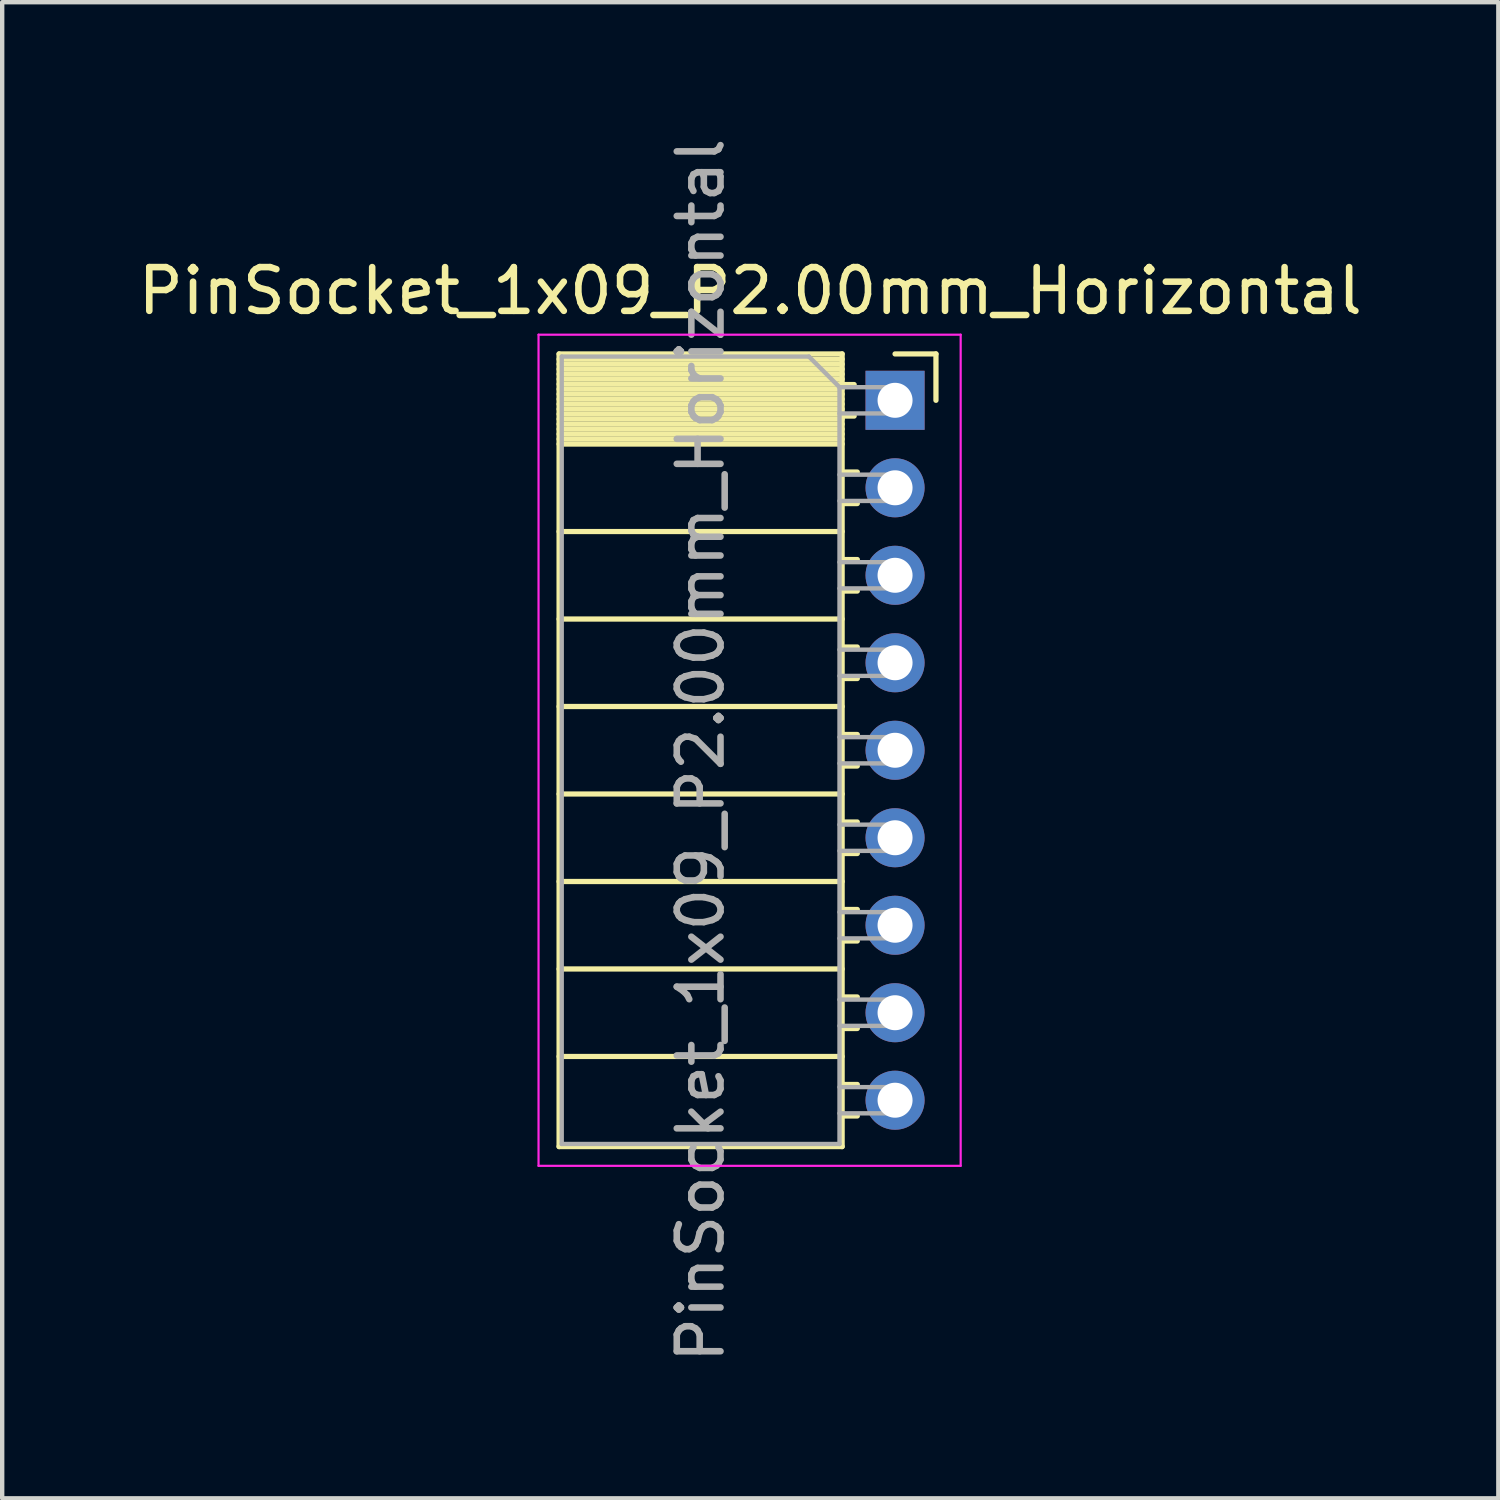
<source format=kicad_pcb>
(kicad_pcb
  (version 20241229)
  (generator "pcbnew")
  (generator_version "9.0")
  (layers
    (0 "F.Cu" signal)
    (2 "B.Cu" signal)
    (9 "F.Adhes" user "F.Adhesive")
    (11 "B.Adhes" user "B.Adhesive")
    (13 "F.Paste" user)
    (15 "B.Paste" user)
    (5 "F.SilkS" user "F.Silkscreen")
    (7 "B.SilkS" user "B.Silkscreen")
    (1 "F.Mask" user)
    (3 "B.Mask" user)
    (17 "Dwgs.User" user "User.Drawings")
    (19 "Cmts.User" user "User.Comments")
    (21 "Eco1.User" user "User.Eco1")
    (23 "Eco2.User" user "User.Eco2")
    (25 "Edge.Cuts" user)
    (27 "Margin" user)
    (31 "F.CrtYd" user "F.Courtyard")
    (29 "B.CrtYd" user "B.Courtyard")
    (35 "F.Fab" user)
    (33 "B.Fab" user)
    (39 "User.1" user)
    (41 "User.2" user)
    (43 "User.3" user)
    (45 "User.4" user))
  (footprint "PinSocket_1x09_P2.00mm_Horizontal"
    (layer "F.Cu")
    (at 17.411 6.101)
    (property "Reference" "PinSocket_1x09_P2.00mm_Horizontal" (at -3.31 -2.5 0) (layer "F.SilkS") (effects (font (size 1 1) (thickness 0.15))))
    (attr through_hole)
    (fp_line (start -7.68 -1.06) (end -7.68 17.06) (stroke (width 0.12) (type solid)) (layer "F.SilkS"))
    (fp_line (start -7.68 -1.06) (end -1.21 -1.06) (stroke (width 0.12) (type solid)) (layer "F.SilkS"))
    (fp_line (start -7.68 -0.94) (end -1.21 -0.94) (stroke (width 0.12) (type solid)) (layer "F.SilkS"))
    (fp_line (start -7.68 -0.826) (end -1.21 -0.826) (stroke (width 0.12) (type solid)) (layer "F.SilkS"))
    (fp_line (start -7.68 -0.712) (end -1.21 -0.712) (stroke (width 0.12) (type solid)) (layer "F.SilkS"))
    (fp_line (start -7.68 -0.598) (end -1.21 -0.598) (stroke (width 0.12) (type solid)) (layer "F.SilkS"))
    (fp_line (start -7.68 -0.484) (end -1.21 -0.484) (stroke (width 0.12) (type solid)) (layer "F.SilkS"))
    (fp_line (start -7.68 -0.369) (end -1.21 -0.369) (stroke (width 0.12) (type solid)) (layer "F.SilkS"))
    (fp_line (start -7.68 -0.255) (end -1.21 -0.255) (stroke (width 0.12) (type solid)) (layer "F.SilkS"))
    (fp_line (start -7.68 -0.141) (end -1.21 -0.141) (stroke (width 0.12) (type solid)) (layer "F.SilkS"))
    (fp_line (start -7.68 -0.027) (end -1.21 -0.027) (stroke (width 0.12) (type solid)) (layer "F.SilkS"))
    (fp_line (start -7.68 0.087) (end -1.21 0.087) (stroke (width 0.12) (type solid)) (layer "F.SilkS"))
    (fp_line (start -7.68 0.201) (end -1.21 0.201) (stroke (width 0.12) (type solid)) (layer "F.SilkS"))
    (fp_line (start -7.68 0.315) (end -1.21 0.315) (stroke (width 0.12) (type solid)) (layer "F.SilkS"))
    (fp_line (start -7.68 0.429) (end -1.21 0.429) (stroke (width 0.12) (type solid)) (layer "F.SilkS"))
    (fp_line (start -7.68 0.544) (end -1.21 0.544) (stroke (width 0.12) (type solid)) (layer "F.SilkS"))
    (fp_line (start -7.68 0.658) (end -1.21 0.658) (stroke (width 0.12) (type solid)) (layer "F.SilkS"))
    (fp_line (start -7.68 0.772) (end -1.21 0.772) (stroke (width 0.12) (type solid)) (layer "F.SilkS"))
    (fp_line (start -7.68 0.886) (end -1.21 0.886) (stroke (width 0.12) (type solid)) (layer "F.SilkS"))
    (fp_line (start -7.68 1) (end -1.21 1) (stroke (width 0.12) (type solid)) (layer "F.SilkS"))
    (fp_line (start -7.68 3) (end -1.21 3) (stroke (width 0.12) (type solid)) (layer "F.SilkS"))
    (fp_line (start -7.68 5) (end -1.21 5) (stroke (width 0.12) (type solid)) (layer "F.SilkS"))
    (fp_line (start -7.68 7) (end -1.21 7) (stroke (width 0.12) (type solid)) (layer "F.SilkS"))
    (fp_line (start -7.68 9) (end -1.21 9) (stroke (width 0.12) (type solid)) (layer "F.SilkS"))
    (fp_line (start -7.68 11) (end -1.21 11) (stroke (width 0.12) (type solid)) (layer "F.SilkS"))
    (fp_line (start -7.68 13) (end -1.21 13) (stroke (width 0.12) (type solid)) (layer "F.SilkS"))
    (fp_line (start -7.68 15) (end -1.21 15) (stroke (width 0.12) (type solid)) (layer "F.SilkS"))
    (fp_line (start -7.68 17.06) (end -1.21 17.06) (stroke (width 0.12) (type solid)) (layer "F.SilkS"))
    (fp_line (start -1.21 -1.06) (end -1.21 17.06) (stroke (width 0.12) (type solid)) (layer "F.SilkS"))
    (fp_line (start -1.21 -0.36) (end -0.935 -0.36) (stroke (width 0.12) (type solid)) (layer "F.SilkS"))
    (fp_line (start -1.21 0.36) (end -0.935 0.36) (stroke (width 0.12) (type solid)) (layer "F.SilkS"))
    (fp_line (start -1.21 1.64) (end -0.863 1.64) (stroke (width 0.12) (type solid)) (layer "F.SilkS"))
    (fp_line (start -1.21 2.36) (end -0.863 2.36) (stroke (width 0.12) (type solid)) (layer "F.SilkS"))
    (fp_line (start -1.21 3.64) (end -0.863 3.64) (stroke (width 0.12) (type solid)) (layer "F.SilkS"))
    (fp_line (start -1.21 4.36) (end -0.863 4.36) (stroke (width 0.12) (type solid)) (layer "F.SilkS"))
    (fp_line (start -1.21 5.64) (end -0.863 5.64) (stroke (width 0.12) (type solid)) (layer "F.SilkS"))
    (fp_line (start -1.21 6.36) (end -0.863 6.36) (stroke (width 0.12) (type solid)) (layer "F.SilkS"))
    (fp_line (start -1.21 7.64) (end -0.863 7.64) (stroke (width 0.12) (type solid)) (layer "F.SilkS"))
    (fp_line (start -1.21 8.36) (end -0.863 8.36) (stroke (width 0.12) (type solid)) (layer "F.SilkS"))
    (fp_line (start -1.21 9.64) (end -0.863 9.64) (stroke (width 0.12) (type solid)) (layer "F.SilkS"))
    (fp_line (start -1.21 10.36) (end -0.863 10.36) (stroke (width 0.12) (type solid)) (layer "F.SilkS"))
    (fp_line (start -1.21 11.64) (end -0.863 11.64) (stroke (width 0.12) (type solid)) (layer "F.SilkS"))
    (fp_line (start -1.21 12.36) (end -0.863 12.36) (stroke (width 0.12) (type solid)) (layer "F.SilkS"))
    (fp_line (start -1.21 13.64) (end -0.863 13.64) (stroke (width 0.12) (type solid)) (layer "F.SilkS"))
    (fp_line (start -1.21 14.36) (end -0.863 14.36) (stroke (width 0.12) (type solid)) (layer "F.SilkS"))
    (fp_line (start -1.21 15.64) (end -0.863 15.64) (stroke (width 0.12) (type solid)) (layer "F.SilkS"))
    (fp_line (start -1.21 16.36) (end -0.863 16.36) (stroke (width 0.12) (type solid)) (layer "F.SilkS"))
    (fp_line (start 0 -1.06) (end 0.935 -1.06) (stroke (width 0.12) (type solid)) (layer "F.SilkS"))
    (fp_line (start 0.935 -1.06) (end 0.935 0) (stroke (width 0.12) (type solid)) (layer "F.SilkS"))
    (fp_line (start -8.15 -1.5) (end -8.15 17.5) (stroke (width 0.05) (type solid)) (layer "F.CrtYd"))
    (fp_line (start -8.15 17.5) (end 1.5 17.5) (stroke (width 0.05) (type solid)) (layer "F.CrtYd"))
    (fp_line (start 1.5 -1.5) (end -8.15 -1.5) (stroke (width 0.05) (type solid)) (layer "F.CrtYd"))
    (fp_line (start 1.5 17.5) (end 1.5 -1.5) (stroke (width 0.05) (type solid)) (layer "F.CrtYd"))
    (fp_line (start -7.62 -1) (end -1.97 -1) (stroke (width 0.1) (type solid)) (layer "F.Fab"))
    (fp_line (start -7.62 17) (end -7.62 -1) (stroke (width 0.1) (type solid)) (layer "F.Fab"))
    (fp_line (start -1.97 -1) (end -1.27 -0.3) (stroke (width 0.1) (type solid)) (layer "F.Fab"))
    (fp_line (start -1.27 -0.3) (end -1.27 17) (stroke (width 0.1) (type solid)) (layer "F.Fab"))
    (fp_line (start -1.27 0.3) (end 0 0.3) (stroke (width 0.1) (type solid)) (layer "F.Fab"))
    (fp_line (start -1.27 2.3) (end 0 2.3) (stroke (width 0.1) (type solid)) (layer "F.Fab"))
    (fp_line (start -1.27 4.3) (end 0 4.3) (stroke (width 0.1) (type solid)) (layer "F.Fab"))
    (fp_line (start -1.27 6.3) (end 0 6.3) (stroke (width 0.1) (type solid)) (layer "F.Fab"))
    (fp_line (start -1.27 8.3) (end 0 8.3) (stroke (width 0.1) (type solid)) (layer "F.Fab"))
    (fp_line (start -1.27 10.3) (end 0 10.3) (stroke (width 0.1) (type solid)) (layer "F.Fab"))
    (fp_line (start -1.27 12.3) (end 0 12.3) (stroke (width 0.1) (type solid)) (layer "F.Fab"))
    (fp_line (start -1.27 14.3) (end 0 14.3) (stroke (width 0.1) (type solid)) (layer "F.Fab"))
    (fp_line (start -1.27 16.3) (end 0 16.3) (stroke (width 0.1) (type solid)) (layer "F.Fab"))
    (fp_line (start -1.27 17) (end -7.62 17) (stroke (width 0.1) (type solid)) (layer "F.Fab"))
    (fp_line (start 0 -0.3) (end -1.27 -0.3) (stroke (width 0.1) (type solid)) (layer "F.Fab"))
    (fp_line (start 0 0.3) (end 0 -0.3) (stroke (width 0.1) (type solid)) (layer "F.Fab"))
    (fp_line (start 0 1.7) (end -1.27 1.7) (stroke (width 0.1) (type solid)) (layer "F.Fab"))
    (fp_line (start 0 2.3) (end 0 1.7) (stroke (width 0.1) (type solid)) (layer "F.Fab"))
    (fp_line (start 0 3.7) (end -1.27 3.7) (stroke (width 0.1) (type solid)) (layer "F.Fab"))
    (fp_line (start 0 4.3) (end 0 3.7) (stroke (width 0.1) (type solid)) (layer "F.Fab"))
    (fp_line (start 0 5.7) (end -1.27 5.7) (stroke (width 0.1) (type solid)) (layer "F.Fab"))
    (fp_line (start 0 6.3) (end 0 5.7) (stroke (width 0.1) (type solid)) (layer "F.Fab"))
    (fp_line (start 0 7.7) (end -1.27 7.7) (stroke (width 0.1) (type solid)) (layer "F.Fab"))
    (fp_line (start 0 8.3) (end 0 7.7) (stroke (width 0.1) (type solid)) (layer "F.Fab"))
    (fp_line (start 0 9.7) (end -1.27 9.7) (stroke (width 0.1) (type solid)) (layer "F.Fab"))
    (fp_line (start 0 10.3) (end 0 9.7) (stroke (width 0.1) (type solid)) (layer "F.Fab"))
    (fp_line (start 0 11.7) (end -1.27 11.7) (stroke (width 0.1) (type solid)) (layer "F.Fab"))
    (fp_line (start 0 12.3) (end 0 11.7) (stroke (width 0.1) (type solid)) (layer "F.Fab"))
    (fp_line (start 0 13.7) (end -1.27 13.7) (stroke (width 0.1) (type solid)) (layer "F.Fab"))
    (fp_line (start 0 14.3) (end 0 13.7) (stroke (width 0.1) (type solid)) (layer "F.Fab"))
    (fp_line (start 0 15.7) (end -1.27 15.7) (stroke (width 0.1) (type solid)) (layer "F.Fab"))
    (fp_line (start 0 16.3) (end 0 15.7) (stroke (width 0.1) (type solid)) (layer "F.Fab"))
    (fp_text user "${REFERENCE}" (at -4.445 8 90) (layer "F.Fab") (effects (font (size 1 1) (thickness 0.15))))
    (pad "1" thru_hole rect (at 0 0) (size 1.35 1.35) (drill 0.8) (layers "*.Cu" "*.Mask"))
    (pad "2" thru_hole oval (at 0 2) (size 1.35 1.35) (drill 0.8) (layers "*.Cu" "*.Mask"))
    (pad "3" thru_hole oval (at 0 4) (size 1.35 1.35) (drill 0.8) (layers "*.Cu" "*.Mask"))
    (pad "4" thru_hole oval (at 0 6) (size 1.35 1.35) (drill 0.8) (layers "*.Cu" "*.Mask"))
    (pad "5" thru_hole oval (at 0 8) (size 1.35 1.35) (drill 0.8) (layers "*.Cu" "*.Mask"))
    (pad "6" thru_hole oval (at 0 10) (size 1.35 1.35) (drill 0.8) (layers "*.Cu" "*.Mask"))
    (pad "7" thru_hole oval (at 0 12) (size 1.35 1.35) (drill 0.8) (layers "*.Cu" "*.Mask"))
    (pad "8" thru_hole oval (at 0 14) (size 1.35 1.35) (drill 0.8) (layers "*.Cu" "*.Mask"))
    (pad "9" thru_hole oval (at 0 16) (size 1.35 1.35) (drill 0.8) (layers "*.Cu" "*.Mask")))
  (gr_rect
    (start -3 -3)
    (end 31.202 31.202)
    (stroke (width 0.1) (type default))
    (fill no)
    (layer "Edge.Cuts")))
</source>
